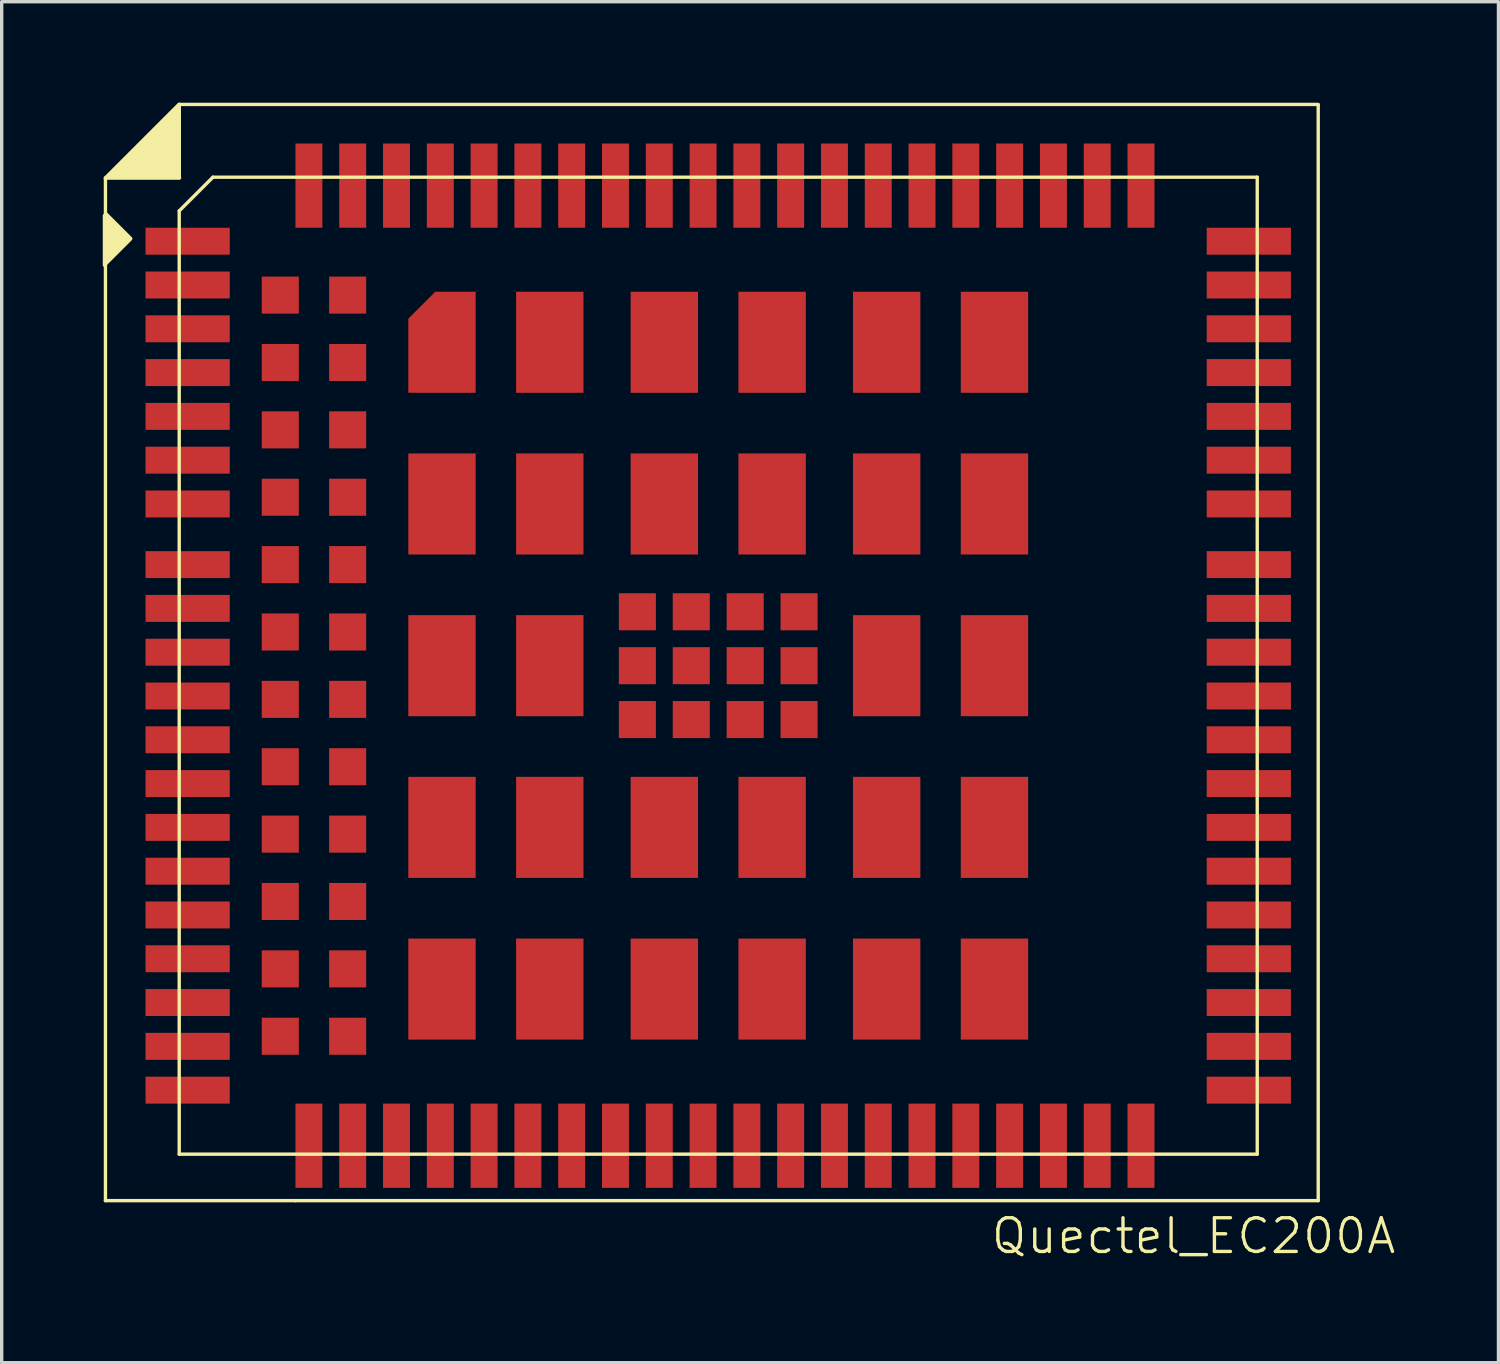
<source format=kicad_pcb>
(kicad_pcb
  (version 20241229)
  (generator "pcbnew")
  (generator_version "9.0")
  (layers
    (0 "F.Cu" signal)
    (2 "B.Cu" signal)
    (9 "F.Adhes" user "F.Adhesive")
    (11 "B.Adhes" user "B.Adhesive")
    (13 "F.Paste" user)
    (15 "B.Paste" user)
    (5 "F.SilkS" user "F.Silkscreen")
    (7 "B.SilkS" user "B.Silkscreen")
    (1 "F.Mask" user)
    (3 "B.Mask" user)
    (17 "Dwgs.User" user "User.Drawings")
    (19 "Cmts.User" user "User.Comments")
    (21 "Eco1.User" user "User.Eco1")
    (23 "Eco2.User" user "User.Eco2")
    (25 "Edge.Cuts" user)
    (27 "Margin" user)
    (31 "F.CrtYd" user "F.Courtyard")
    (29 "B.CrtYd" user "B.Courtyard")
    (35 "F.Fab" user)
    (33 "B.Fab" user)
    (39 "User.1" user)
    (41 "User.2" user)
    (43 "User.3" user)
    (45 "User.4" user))
  (footprint "Quectel_EC200A"
    (layer "F.Cu")
    (at 2.27 31.21)
    (property "Reference" "Quectel_EC200A" (at 30.11 2.43 0) (unlocked yes) (layer "F.SilkS") (effects (font (size 1 1) (thickness 0.1))))
    (attr smd)
    (fp_line (start -2.19 -28.96) (end -2.19 1.38) (stroke (width 0.1) (type default)) (layer "F.SilkS"))
    (fp_line (start 0 -29) (end 0 -31.16) (stroke (width 0.1) (type default)) (layer "F.SilkS"))
    (fp_line (start 0 -28) (end 1 -29) (stroke (width 0.1) (type default)) (layer "F.SilkS"))
    (fp_line (start 0 0) (end 0 -28) (stroke (width 0.1) (type default)) (layer "F.SilkS"))
    (fp_line (start 0.01 -31.16) (end -2.19 -28.96) (stroke (width 0.1) (type default)) (layer "F.SilkS"))
    (fp_line (start 0.01 -31.16) (end 33.81 -31.16) (stroke (width 0.1) (type default)) (layer "F.SilkS"))
    (fp_line (start 0.01 -28.98) (end -2.19 -28.98) (stroke (width 0.1) (type default)) (layer "F.SilkS"))
    (fp_line (start 1 -29) (end 32 -29) (stroke (width 0.1) (type default)) (layer "F.SilkS"))
    (fp_line (start 3.45 1.38) (end -2.19 1.38) (stroke (width 0.1) (type default)) (layer "F.SilkS"))
    (fp_line (start 3.45 1.38) (end 33.81 1.38) (stroke (width 0.1) (type default)) (layer "F.SilkS"))
    (fp_line (start 32 0) (end 0 0) (stroke (width 0.1) (type default)) (layer "F.SilkS"))
    (fp_line (start 32 0) (end 32 -29) (stroke (width 0.1) (type default)) (layer "F.SilkS"))
    (fp_line (start 33.81 1.38) (end 33.81 -31.14) (stroke (width 0.1) (type default)) (layer "F.SilkS"))
    (fp_poly (pts (xy 0 -31.16) (xy 0 -28.98) (xy -2.19 -28.98) (xy -0.01 -31.16)) (stroke (width 0.1) (type solid)) (fill yes) (layer "F.SilkS"))
    (fp_poly (pts (xy -1.44 -27.18) (xy -2.17 -27.91) (xy -2.22 -27.86) (xy -2.22 -26.39) (xy -1.44 -27.17)) (stroke (width 0.1) (type solid)) (fill yes) (layer "F.SilkS"))
    (pad "1" smd rect (at 0.25 -27.1) (size 2.5 0.8) (layers "F.Cu" "F.Mask" "F.Paste"))
    (pad "2" smd rect (at 0.25 -25.8) (size 2.5 0.8) (layers "F.Cu" "F.Mask" "F.Paste"))
    (pad "3" smd rect (at 0.25 -24.5) (size 2.5 0.8) (layers "F.Cu" "F.Mask" "F.Paste"))
    (pad "4" smd rect (at 0.25 -23.2) (size 2.5 0.8) (layers "F.Cu" "F.Mask" "F.Paste"))
    (pad "5" smd rect (at 0.25 -21.9) (size 2.5 0.8) (layers "F.Cu" "F.Mask" "F.Paste"))
    (pad "6" smd rect (at 0.25 -20.6) (size 2.5 0.8) (layers "F.Cu" "F.Mask" "F.Paste"))
    (pad "7" smd rect (at 0.25 -19.3) (size 2.5 0.8) (layers "F.Cu" "F.Mask" "F.Paste"))
    (pad "8" smd rect (at 0.25 -14.9) (size 2.5 0.8) (layers "F.Cu" "F.Mask" "F.Paste"))
    (pad "9" smd rect (at 0.25 -13.6) (size 2.5 0.8) (layers "F.Cu" "F.Mask" "F.Paste"))
    (pad "10" smd rect (at 0.25 -12.3) (size 2.5 0.8) (layers "F.Cu" "F.Mask" "F.Paste"))
    (pad "11" smd rect (at 0.25 -11) (size 2.5 0.8) (layers "F.Cu" "F.Mask" "F.Paste"))
    (pad "12" smd rect (at 0.25 -9.7) (size 2.5 0.8) (layers "F.Cu" "F.Mask" "F.Paste"))
    (pad "13" smd rect (at 0.25 -8.4) (size 2.5 0.8) (layers "F.Cu" "F.Mask" "F.Paste"))
    (pad "14" smd rect (at 0.25 -7.1) (size 2.5 0.8) (layers "F.Cu" "F.Mask" "F.Paste"))
    (pad "15" smd rect (at 0.25 -5.8) (size 2.5 0.8) (layers "F.Cu" "F.Mask" "F.Paste"))
    (pad "16" smd rect (at 0.25 -4.5) (size 2.5 0.8) (layers "F.Cu" "F.Mask" "F.Paste"))
    (pad "17" smd rect (at 0.25 -3.2) (size 2.5 0.8) (layers "F.Cu" "F.Mask" "F.Paste"))
    (pad "18" smd rect (at 0.25 -1.9) (size 2.5 0.8) (layers "F.Cu" "F.Mask" "F.Paste"))
    (pad "19" smd rect (at 6.45 -0.25) (size 0.8 2.5) (layers "F.Cu" "F.Mask" "F.Paste"))
    (pad "20" smd rect (at 7.75 -0.25) (size 0.8 2.5) (layers "F.Cu" "F.Mask" "F.Paste"))
    (pad "21" smd rect (at 9.05 -0.25) (size 0.8 2.5) (layers "F.Cu" "F.Mask" "F.Paste"))
    (pad "22" smd rect (at 10.35 -0.25) (size 0.8 2.5) (layers "F.Cu" "F.Mask" "F.Paste"))
    (pad "23" smd rect (at 11.65 -0.25) (size 0.8 2.5) (layers "F.Cu" "F.Mask" "F.Paste"))
    (pad "24" smd rect (at 12.95 -0.25) (size 0.8 2.5) (layers "F.Cu" "F.Mask" "F.Paste"))
    (pad "25" smd rect (at 14.25 -0.25) (size 0.8 2.5) (layers "F.Cu" "F.Mask" "F.Paste"))
    (pad "26" smd rect (at 15.55 -0.25) (size 0.8 2.5) (layers "F.Cu" "F.Mask" "F.Paste"))
    (pad "27" smd rect (at 16.85 -0.25) (size 0.8 2.5) (layers "F.Cu" "F.Mask" "F.Paste"))
    (pad "28" smd rect (at 18.15 -0.25) (size 0.8 2.5) (layers "F.Cu" "F.Mask" "F.Paste"))
    (pad "29" smd rect (at 19.45 -0.25) (size 0.8 2.5) (layers "F.Cu" "F.Mask" "F.Paste"))
    (pad "30" smd rect (at 20.75 -0.25) (size 0.8 2.5) (layers "F.Cu" "F.Mask" "F.Paste"))
    (pad "31" smd rect (at 22.05 -0.25) (size 0.8 2.5) (layers "F.Cu" "F.Mask" "F.Paste"))
    (pad "32" smd rect (at 23.35 -0.25) (size 0.8 2.5) (layers "F.Cu" "F.Mask" "F.Paste"))
    (pad "33" smd rect (at 24.65 -0.25) (size 0.8 2.5) (layers "F.Cu" "F.Mask" "F.Paste"))
    (pad "34" smd rect (at 25.95 -0.25) (size 0.8 2.5) (layers "F.Cu" "F.Mask" "F.Paste"))
    (pad "35" smd rect (at 27.25 -0.25) (size 0.8 2.5) (layers "F.Cu" "F.Mask" "F.Paste"))
    (pad "36" smd rect (at 28.55 -0.25) (size 0.8 2.5) (layers "F.Cu" "F.Mask" "F.Paste"))
    (pad "37" smd rect (at 31.75 -1.9) (size 2.5 0.8) (layers "F.Cu" "F.Mask" "F.Paste"))
    (pad "38" smd rect (at 31.75 -3.2) (size 2.5 0.8) (layers "F.Cu" "F.Mask" "F.Paste"))
    (pad "39" smd rect (at 31.75 -4.5) (size 2.5 0.8) (layers "F.Cu" "F.Mask" "F.Paste"))
    (pad "40" smd rect (at 31.75 -5.8) (size 2.5 0.8) (layers "F.Cu" "F.Mask" "F.Paste"))
    (pad "41" smd rect (at 31.75 -7.1) (size 2.5 0.8) (layers "F.Cu" "F.Mask" "F.Paste"))
    (pad "42" smd rect (at 31.75 -8.4) (size 2.5 0.8) (layers "F.Cu" "F.Mask" "F.Paste"))
    (pad "43" smd rect (at 31.75 -9.7) (size 2.5 0.8) (layers "F.Cu" "F.Mask" "F.Paste"))
    (pad "44" smd rect (at 31.75 -11) (size 2.5 0.8) (layers "F.Cu" "F.Mask" "F.Paste"))
    (pad "45" smd rect (at 31.75 -12.3) (size 2.5 0.8) (layers "F.Cu" "F.Mask" "F.Paste"))
    (pad "46" smd rect (at 31.75 -13.6) (size 2.5 0.8) (layers "F.Cu" "F.Mask" "F.Paste"))
    (pad "47" smd rect (at 31.75 -14.9) (size 2.5 0.8) (layers "F.Cu" "F.Mask" "F.Paste"))
    (pad "48" smd rect (at 31.75 -19.3) (size 2.5 0.8) (layers "F.Cu" "F.Mask" "F.Paste"))
    (pad "49" smd rect (at 31.75 -20.6) (size 2.5 0.8) (layers "F.Cu" "F.Mask" "F.Paste"))
    (pad "50" smd rect (at 31.75 -21.9) (size 2.5 0.8) (layers "F.Cu" "F.Mask" "F.Paste"))
    (pad "51" smd rect (at 31.75 -23.2) (size 2.5 0.8) (layers "F.Cu" "F.Mask" "F.Paste"))
    (pad "52" smd rect (at 31.75 -24.5) (size 2.5 0.8) (layers "F.Cu" "F.Mask" "F.Paste"))
    (pad "53" smd rect (at 31.75 -25.8) (size 2.5 0.8) (layers "F.Cu" "F.Mask" "F.Paste"))
    (pad "54" smd rect (at 31.75 -27.1) (size 2.5 0.8) (layers "F.Cu" "F.Mask" "F.Paste"))
    (pad "55" smd rect (at 28.55 -28.75) (size 0.8 2.5) (layers "F.Cu" "F.Mask" "F.Paste"))
    (pad "56" smd rect (at 27.25 -28.75) (size 0.8 2.5) (layers "F.Cu" "F.Mask" "F.Paste"))
    (pad "57" smd rect (at 25.95 -28.75) (size 0.8 2.5) (layers "F.Cu" "F.Mask" "F.Paste"))
    (pad "58" smd rect (at 24.65 -28.75) (size 0.8 2.5) (layers "F.Cu" "F.Mask" "F.Paste"))
    (pad "59" smd rect (at 23.35 -28.75) (size 0.8 2.5) (layers "F.Cu" "F.Mask" "F.Paste"))
    (pad "60" smd rect (at 22.05 -28.75) (size 0.8 2.5) (layers "F.Cu" "F.Mask" "F.Paste"))
    (pad "61" smd rect (at 20.75 -28.75) (size 0.8 2.5) (layers "F.Cu" "F.Mask" "F.Paste"))
    (pad "62" smd rect (at 19.45 -28.75) (size 0.8 2.5) (layers "F.Cu" "F.Mask" "F.Paste"))
    (pad "63" smd rect (at 18.15 -28.75) (size 0.8 2.5) (layers "F.Cu" "F.Mask" "F.Paste"))
    (pad "64" smd rect (at 16.85 -28.75) (size 0.8 2.5) (layers "F.Cu" "F.Mask" "F.Paste"))
    (pad "65" smd rect (at 15.55 -28.75) (size 0.8 2.5) (layers "F.Cu" "F.Mask" "F.Paste"))
    (pad "66" smd rect (at 14.25 -28.75) (size 0.8 2.5) (layers "F.Cu" "F.Mask" "F.Paste"))
    (pad "67" smd rect (at 12.95 -28.75) (size 0.8 2.5) (layers "F.Cu" "F.Mask" "F.Paste"))
    (pad "68" smd rect (at 11.65 -28.75) (size 0.8 2.5) (layers "F.Cu" "F.Mask" "F.Paste"))
    (pad "69" smd rect (at 10.35 -28.75) (size 0.8 2.5) (layers "F.Cu" "F.Mask" "F.Paste"))
    (pad "70" smd rect (at 9.05 -28.75) (size 0.8 2.5) (layers "F.Cu" "F.Mask" "F.Paste"))
    (pad "71" smd rect (at 7.75 -28.75) (size 0.8 2.5) (layers "F.Cu" "F.Mask" "F.Paste"))
    (pad "72" smd rect (at 6.45 -28.75) (size 0.8 2.5) (layers "F.Cu" "F.Mask" "F.Paste"))
    (pad "73" smd rect (at 18.4 -16.1) (size 1.1 1.1) (layers "F.Cu" "F.Mask" "F.Paste"))
    (pad "74" smd rect (at 18.4 -14.5) (size 1.1 1.1) (layers "F.Cu" "F.Mask" "F.Paste"))
    (pad "75" smd rect (at 18.4 -12.9) (size 1.1 1.1) (layers "F.Cu" "F.Mask" "F.Paste"))
    (pad "76" smd rect (at 16.8 -16.1) (size 1.1 1.1) (layers "F.Cu" "F.Mask" "F.Paste"))
    (pad "77" smd rect (at 16.8 -14.5) (size 1.1 1.1) (layers "F.Cu" "F.Mask" "F.Paste"))
    (pad "78" smd rect (at 16.8 -12.9) (size 1.1 1.1) (layers "F.Cu" "F.Mask" "F.Paste"))
    (pad "79" smd rect (at 15.2 -16.1) (size 1.1 1.1) (layers "F.Cu" "F.Mask" "F.Paste"))
    (pad "80" smd rect (at 15.2 -14.5) (size 1.1 1.1) (layers "F.Cu" "F.Mask" "F.Paste"))
    (pad "81" smd rect (at 15.2 -12.9) (size 1.1 1.1) (layers "F.Cu" "F.Mask" "F.Paste"))
    (pad "82" smd rect (at 13.6 -16.1) (size 1.1 1.1) (layers "F.Cu" "F.Mask" "F.Paste"))
    (pad "83" smd rect (at 13.6 -14.5) (size 1.1 1.1) (layers "F.Cu" "F.Mask" "F.Paste"))
    (pad "84" smd rect (at 13.6 -12.9) (size 1.1 1.1) (layers "F.Cu" "F.Mask" "F.Paste"))
    (pad "85" smd rect (at 24.2 -24.1) (size 2 3) (layers "F.Cu" "F.Mask" "F.Paste"))
    (pad "86" smd rect (at 24.2 -19.3) (size 2 3) (layers "F.Cu" "F.Mask" "F.Paste"))
    (pad "87" smd rect (at 24.2 -14.5) (size 2 3) (layers "F.Cu" "F.Mask" "F.Paste"))
    (pad "88" smd rect (at 24.2 -9.7) (size 2 3) (layers "F.Cu" "F.Mask" "F.Paste"))
    (pad "89" smd rect (at 24.2 -4.9) (size 2 3) (layers "F.Cu" "F.Mask" "F.Paste"))
    (pad "90" smd rect (at 21 -24.1) (size 2 3) (layers "F.Cu" "F.Mask" "F.Paste"))
    (pad "91" smd rect (at 21 -19.3) (size 2 3) (layers "F.Cu" "F.Mask" "F.Paste"))
    (pad "92" smd rect (at 21 -14.5) (size 2 3) (layers "F.Cu" "F.Mask" "F.Paste"))
    (pad "93" smd rect (at 21 -9.7) (size 2 3) (layers "F.Cu" "F.Mask" "F.Paste"))
    (pad "94" smd rect (at 21 -4.9) (size 2 3) (layers "F.Cu" "F.Mask" "F.Paste"))
    (pad "95" smd rect (at 17.6 -24.1) (size 2 3) (layers "F.Cu" "F.Mask" "F.Paste"))
    (pad "96" smd rect (at 17.6 -19.3) (size 2 3) (layers "F.Cu" "F.Mask" "F.Paste"))
    (pad "97" smd rect (at 17.6 -9.7) (size 2 3) (layers "F.Cu" "F.Mask" "F.Paste"))
    (pad "98" smd rect (at 17.6 -4.9) (size 2 3) (layers "F.Cu" "F.Mask" "F.Paste"))
    (pad "99" smd rect (at 14.4 -24.1) (size 2 3) (layers "F.Cu" "F.Mask" "F.Paste"))
    (pad "100" smd rect (at 14.4 -19.3) (size 2 3) (layers "F.Cu" "F.Mask" "F.Paste"))
    (pad "101" smd rect (at 14.4 -9.7) (size 2 3) (layers "F.Cu" "F.Mask" "F.Paste"))
    (pad "102" smd rect (at 14.4 -4.9) (size 2 3) (layers "F.Cu" "F.Mask" "F.Paste"))
    (pad "103" smd rect (at 11 -24.1) (size 2 3) (layers "F.Cu" "F.Mask" "F.Paste"))
    (pad "104" smd rect (at 11 -19.3) (size 2 3) (layers "F.Cu" "F.Mask" "F.Paste"))
    (pad "105" smd rect (at 11 -14.5) (size 2 3) (layers "F.Cu" "F.Mask" "F.Paste"))
    (pad "106" smd rect (at 11 -9.7) (size 2 3) (layers "F.Cu" "F.Mask" "F.Paste"))
    (pad "107" smd rect (at 11 -4.9) (size 2 3) (layers "F.Cu" "F.Mask" "F.Paste"))
    (pad "108" smd custom (at 7.8 -24.1) (size 0.001 0.001) (layers "F.Cu" "F.Mask" "F.Paste") (options (anchor rect)) (primitives (gr_poly (pts (xy -0.2 -1.5) (xy -1 -0.7) (xy -1 1.5) (xy 1 1.5) (xy 1 -1.5)) (width 0) (fill yes))))
    (pad "109" smd rect (at 7.8 -19.3) (size 2 3) (layers "F.Cu" "F.Mask" "F.Paste"))
    (pad "110" smd rect (at 7.8 -14.5) (size 2 3) (layers "F.Cu" "F.Mask" "F.Paste"))
    (pad "111" smd rect (at 7.8 -9.7) (size 2 3) (layers "F.Cu" "F.Mask" "F.Paste"))
    (pad "112" smd rect (at 7.8 -4.9) (size 2 3) (layers "F.Cu" "F.Mask" "F.Paste"))
    (pad "113" smd rect (at 5.15 -28.75) (size 0.8 2.5) (layers "F.Cu" "F.Mask" "F.Paste"))
    (pad "114" smd rect (at 3.85 -28.75) (size 0.8 2.5) (layers "F.Cu" "F.Mask" "F.Paste"))
    (pad "115" smd rect (at 5.15 -0.25) (size 0.8 2.5) (layers "F.Cu" "F.Mask" "F.Paste"))
    (pad "116" smd rect (at 3.85 -0.25) (size 0.8 2.5) (layers "F.Cu" "F.Mask" "F.Paste"))
    (pad "117" smd rect (at 5 -25.5) (size 1.1 1.1) (layers "F.Cu" "F.Mask" "F.Paste"))
    (pad "118" smd rect (at 5 -23.5) (size 1.1 1.1) (layers "F.Cu" "F.Mask" "F.Paste"))
    (pad "119" smd rect (at 5 -21.5) (size 1.1 1.1) (layers "F.Cu" "F.Mask" "F.Paste"))
    (pad "120" smd rect (at 5 -19.5) (size 1.1 1.1) (layers "F.Cu" "F.Mask" "F.Paste"))
    (pad "121" smd rect (at 5 -17.5) (size 1.1 1.1) (layers "F.Cu" "F.Mask" "F.Paste"))
    (pad "122" smd rect (at 5 -15.5) (size 1.1 1.1) (layers "F.Cu" "F.Mask" "F.Paste"))
    (pad "123" smd rect (at 5 -13.5) (size 1.1 1.1) (layers "F.Cu" "F.Mask" "F.Paste"))
    (pad "124" smd rect (at 5 -11.5) (size 1.1 1.1) (layers "F.Cu" "F.Mask" "F.Paste"))
    (pad "125" smd rect (at 5 -9.5) (size 1.1 1.1) (layers "F.Cu" "F.Mask" "F.Paste"))
    (pad "126" smd rect (at 5 -7.5) (size 1.1 1.1) (layers "F.Cu" "F.Mask" "F.Paste"))
    (pad "127" smd rect (at 5 -5.5) (size 1.1 1.1) (layers "F.Cu" "F.Mask" "F.Paste"))
    (pad "128" smd rect (at 5 -3.5) (size 1.1 1.1) (layers "F.Cu" "F.Mask" "F.Paste"))
    (pad "129" smd rect (at 3 -25.5) (size 1.1 1.1) (layers "F.Cu" "F.Mask" "F.Paste"))
    (pad "130" smd rect (at 3 -23.5) (size 1.1 1.1) (layers "F.Cu" "F.Mask" "F.Paste"))
    (pad "131" smd rect (at 3 -21.5) (size 1.1 1.1) (layers "F.Cu" "F.Mask" "F.Paste"))
    (pad "132" smd rect (at 3 -19.5) (size 1.1 1.1) (layers "F.Cu" "F.Mask" "F.Paste"))
    (pad "133" smd rect (at 3 -17.5) (size 1.1 1.1) (layers "F.Cu" "F.Mask" "F.Paste"))
    (pad "134" smd rect (at 3 -15.5) (size 1.1 1.1) (layers "F.Cu" "F.Mask" "F.Paste"))
    (pad "135" smd rect (at 3 -13.5) (size 1.1 1.1) (layers "F.Cu" "F.Mask" "F.Paste"))
    (pad "136" smd rect (at 3 -11.5) (size 1.1 1.1) (layers "F.Cu" "F.Mask" "F.Paste"))
    (pad "137" smd rect (at 3 -9.5) (size 1.1 1.1) (layers "F.Cu" "F.Mask" "F.Paste"))
    (pad "138" smd rect (at 3 -7.5) (size 1.1 1.1) (layers "F.Cu" "F.Mask" "F.Paste"))
    (pad "139" smd rect (at 3 -5.5) (size 1.1 1.1) (layers "F.Cu" "F.Mask" "F.Paste"))
    (pad "140" smd rect (at 3 -3.5) (size 1.1 1.1) (layers "F.Cu" "F.Mask" "F.Paste"))
    (pad "141" smd rect (at 0.25 -17.5) (size 2.5 0.8) (layers "F.Cu" "F.Mask" "F.Paste"))
    (pad "142" smd rect (at 0.25 -16.2) (size 2.5 0.8) (layers "F.Cu" "F.Mask" "F.Paste"))
    (pad "143" smd rect (at 31.75 -16.2) (size 2.5 0.8) (layers "F.Cu" "F.Mask" "F.Paste"))
    (pad "144" smd rect (at 31.75 -17.5) (size 2.5 0.8) (layers "F.Cu" "F.Mask" "F.Paste")))
  (gr_rect
    (start -3 -3)
    (end 41.43 37.401)
    (stroke (width 0.1) (type default))
    (fill no)
    (layer "Edge.Cuts")))
</source>
